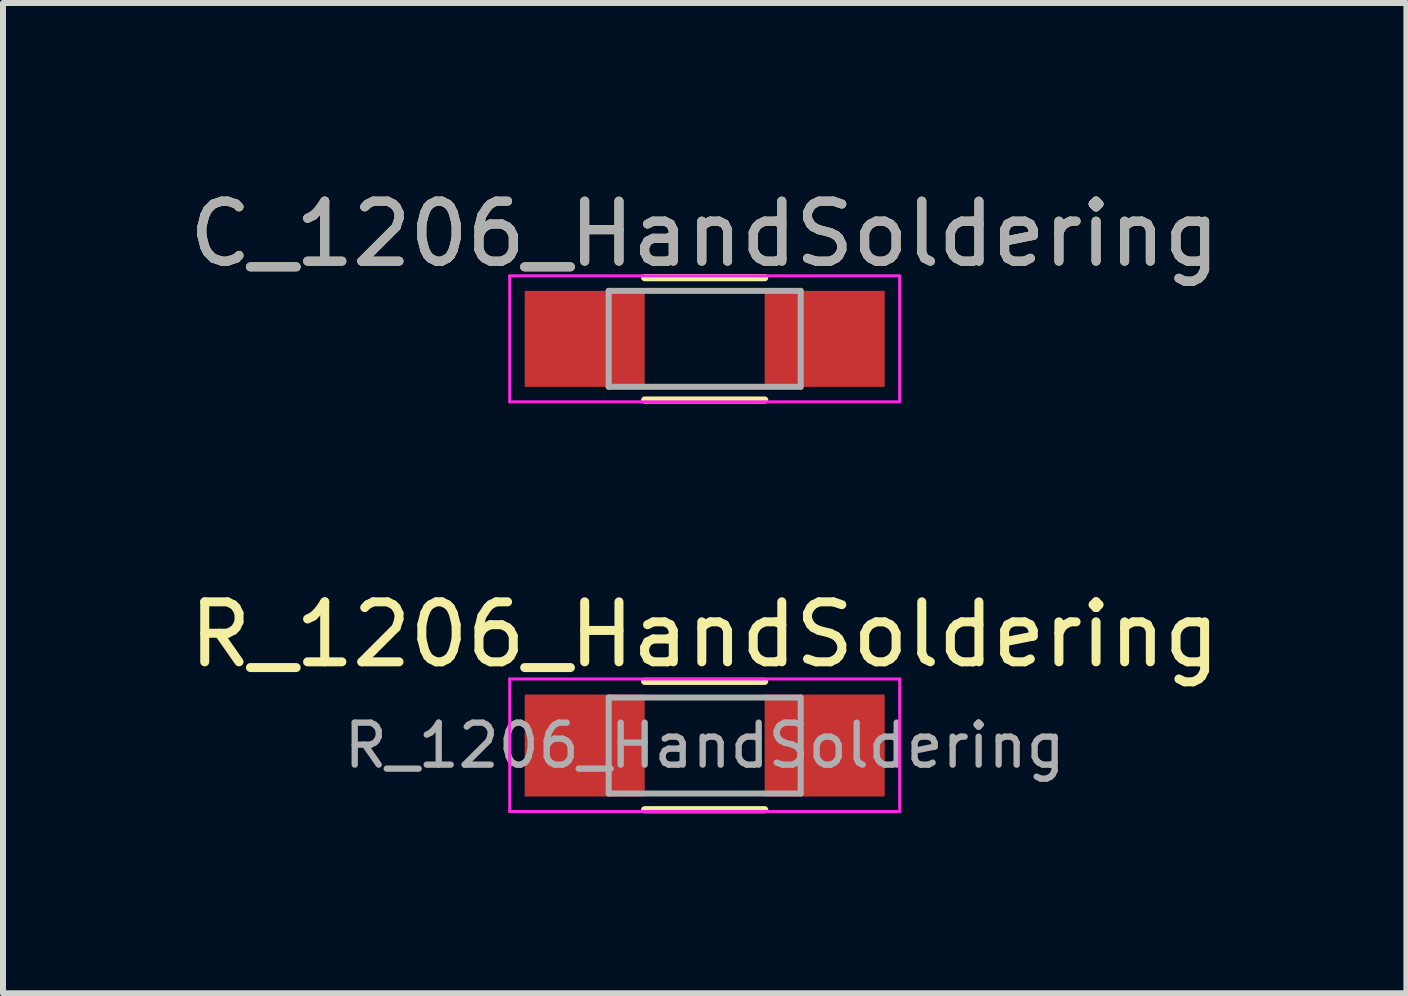
<source format=kicad_pcb>
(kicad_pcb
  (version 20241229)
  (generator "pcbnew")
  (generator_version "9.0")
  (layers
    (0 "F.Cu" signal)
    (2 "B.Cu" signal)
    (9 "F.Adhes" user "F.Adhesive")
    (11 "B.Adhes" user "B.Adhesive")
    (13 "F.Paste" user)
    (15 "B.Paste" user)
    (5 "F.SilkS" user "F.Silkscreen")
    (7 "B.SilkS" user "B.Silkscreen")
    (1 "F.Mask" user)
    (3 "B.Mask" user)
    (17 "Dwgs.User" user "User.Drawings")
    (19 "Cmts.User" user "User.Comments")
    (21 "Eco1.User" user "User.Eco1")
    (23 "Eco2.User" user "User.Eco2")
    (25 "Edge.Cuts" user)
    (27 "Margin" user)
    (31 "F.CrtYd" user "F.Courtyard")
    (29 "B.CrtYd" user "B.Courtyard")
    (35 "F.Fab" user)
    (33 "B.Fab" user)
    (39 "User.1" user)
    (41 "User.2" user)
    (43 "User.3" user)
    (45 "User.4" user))
  (footprint "C_1206_HandSoldering"
    (layer "F.Cu")
    (at 8.696 2.598)
    (property "Reference" "C_1206_HandSoldering" (at 0 -1.75 0) (layer "F.SilkS") (effects (font (size 1 1) (thickness 0.15))))
    (attr smd)
    (fp_line (start -1 1.02) (end 1 1.02) (stroke (width 0.12) (type solid)) (layer "F.SilkS"))
    (fp_line (start 1 -1.02) (end -1 -1.02) (stroke (width 0.12) (type solid)) (layer "F.SilkS"))
    (fp_line (start -3.25 -1.05) (end -3.25 1.05) (stroke (width 0.05) (type solid)) (layer "F.CrtYd"))
    (fp_line (start -3.25 -1.05) (end 3.25 -1.05) (stroke (width 0.05) (type solid)) (layer "F.CrtYd"))
    (fp_line (start 3.25 1.05) (end -3.25 1.05) (stroke (width 0.05) (type solid)) (layer "F.CrtYd"))
    (fp_line (start 3.25 1.05) (end 3.25 -1.05) (stroke (width 0.05) (type solid)) (layer "F.CrtYd"))
    (fp_line (start -1.6 -0.8) (end 1.6 -0.8) (stroke (width 0.1) (type solid)) (layer "F.Fab"))
    (fp_line (start -1.6 0.8) (end -1.6 -0.8) (stroke (width 0.1) (type solid)) (layer "F.Fab"))
    (fp_line (start 1.6 -0.8) (end 1.6 0.8) (stroke (width 0.1) (type solid)) (layer "F.Fab"))
    (fp_line (start 1.6 0.8) (end -1.6 0.8) (stroke (width 0.1) (type solid)) (layer "F.Fab"))
    (fp_text user "${REFERENCE}" (at 0 -1.75 0) (layer "F.Fab") (effects (font (size 1 1) (thickness 0.15))))
    (pad "1" smd rect (at -2 0) (size 2 1.6) (layers "F.Cu" "F.Mask" "F.Paste"))
    (pad "2" smd rect (at 2 0) (size 2 1.6) (layers "F.Cu" "F.Mask" "F.Paste")))
  (footprint "R_1206_HandSoldering"
    (layer "F.Cu")
    (at 8.696 9.377)
    (property "Reference" "R_1206_HandSoldering" (at 0 -1.85 0) (layer "F.SilkS") (effects (font (size 1 1) (thickness 0.15))))
    (attr smd)
    (fp_line (start -1 -1.07) (end 1 -1.07) (stroke (width 0.12) (type solid)) (layer "F.SilkS"))
    (fp_line (start 1 1.07) (end -1 1.07) (stroke (width 0.12) (type solid)) (layer "F.SilkS"))
    (fp_line (start -3.25 -1.11) (end -3.25 1.1) (stroke (width 0.05) (type solid)) (layer "F.CrtYd"))
    (fp_line (start -3.25 -1.11) (end 3.25 -1.11) (stroke (width 0.05) (type solid)) (layer "F.CrtYd"))
    (fp_line (start 3.25 1.1) (end -3.25 1.1) (stroke (width 0.05) (type solid)) (layer "F.CrtYd"))
    (fp_line (start 3.25 1.1) (end 3.25 -1.11) (stroke (width 0.05) (type solid)) (layer "F.CrtYd"))
    (fp_line (start -1.6 -0.8) (end 1.6 -0.8) (stroke (width 0.1) (type solid)) (layer "F.Fab"))
    (fp_line (start -1.6 0.8) (end -1.6 -0.8) (stroke (width 0.1) (type solid)) (layer "F.Fab"))
    (fp_line (start 1.6 -0.8) (end 1.6 0.8) (stroke (width 0.1) (type solid)) (layer "F.Fab"))
    (fp_line (start 1.6 0.8) (end -1.6 0.8) (stroke (width 0.1) (type solid)) (layer "F.Fab"))
    (fp_text user "${REFERENCE}" (at 0 0 0) (layer "F.Fab") (effects (font (size 0.7 0.7) (thickness 0.105))))
    (pad "1" smd rect (at -2 0) (size 2 1.7) (layers "F.Cu" "F.Mask" "F.Paste"))
    (pad "2" smd rect (at 2 0) (size 2 1.7) (layers "F.Cu" "F.Mask" "F.Paste")))
  (gr_rect
    (start -3 -3)
    (end 20.393 13.507)
    (stroke (width 0.1) (type default))
    (fill no)
    (layer "Edge.Cuts")))
</source>
